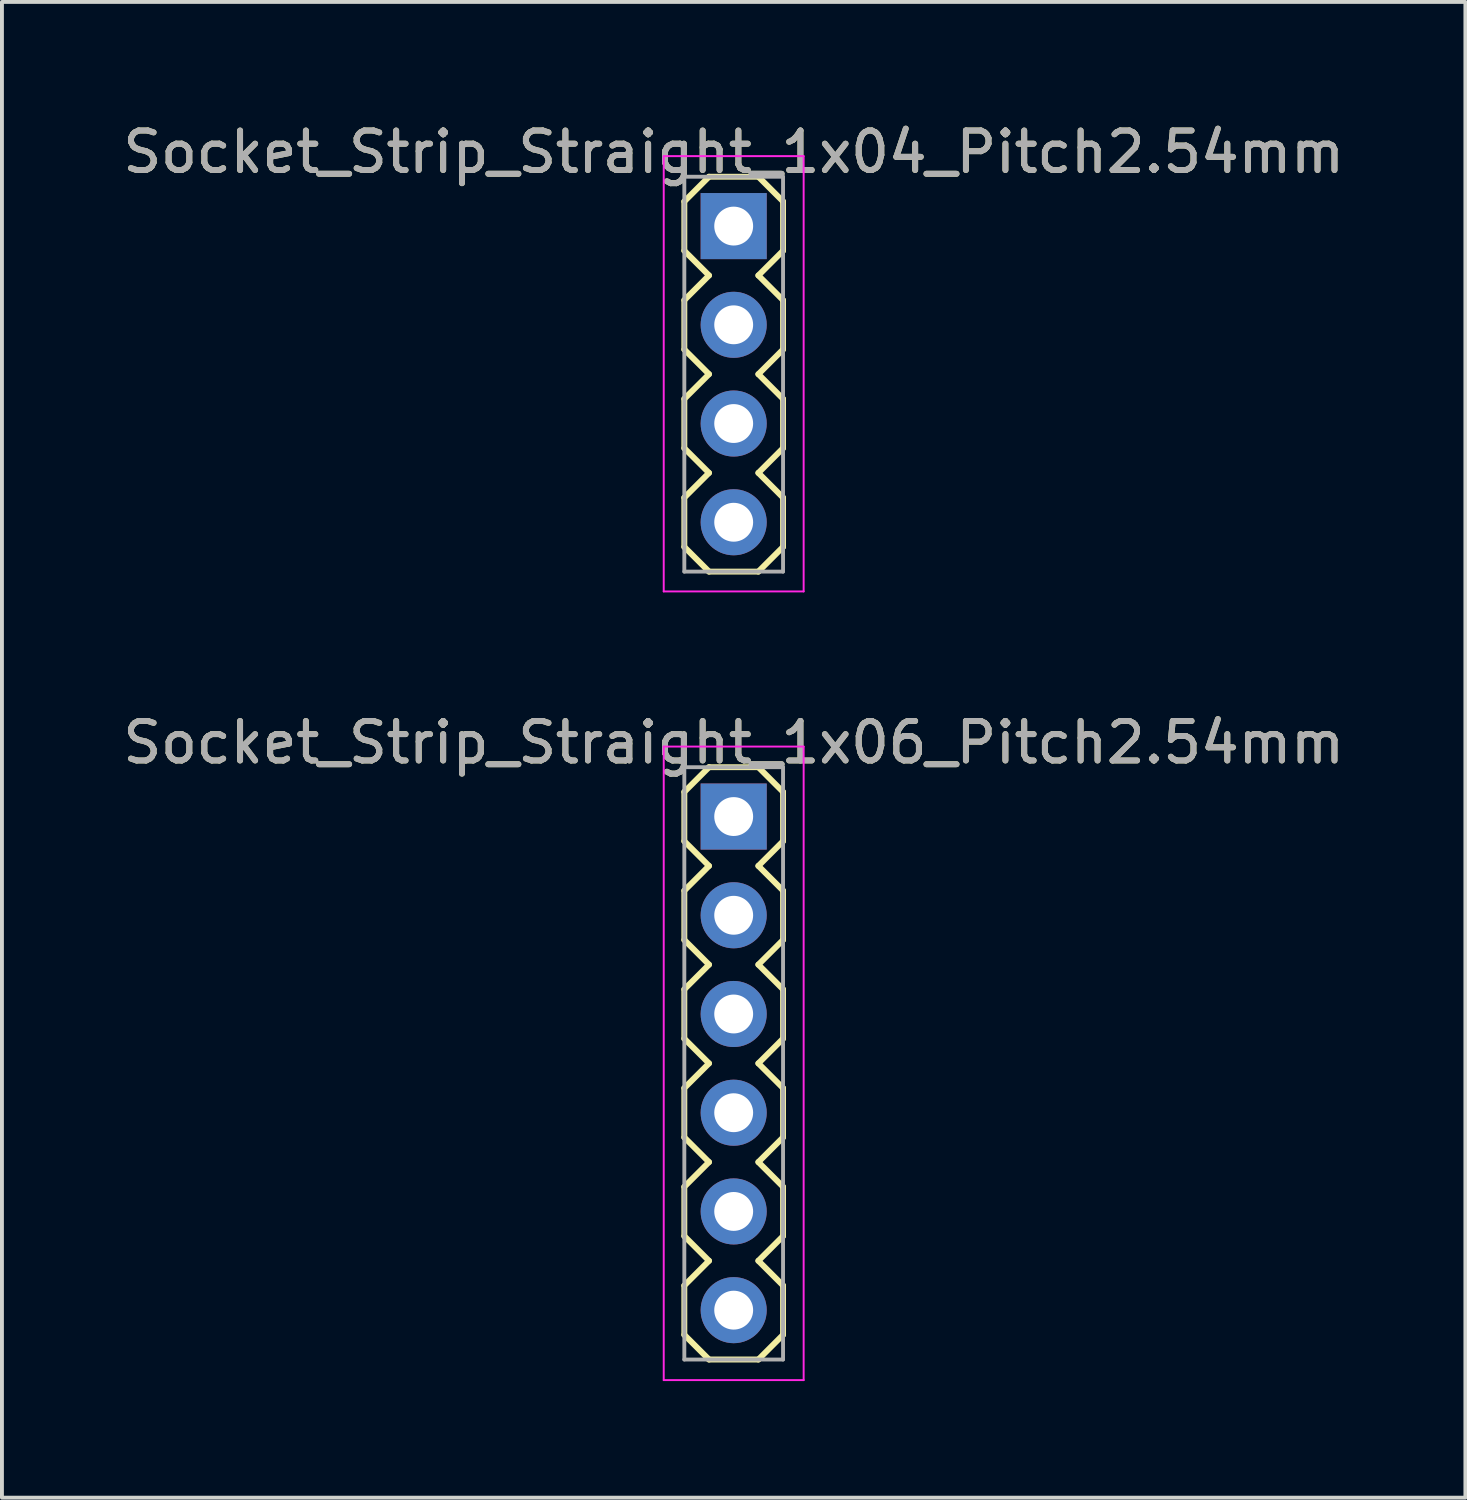
<source format=kicad_pcb>
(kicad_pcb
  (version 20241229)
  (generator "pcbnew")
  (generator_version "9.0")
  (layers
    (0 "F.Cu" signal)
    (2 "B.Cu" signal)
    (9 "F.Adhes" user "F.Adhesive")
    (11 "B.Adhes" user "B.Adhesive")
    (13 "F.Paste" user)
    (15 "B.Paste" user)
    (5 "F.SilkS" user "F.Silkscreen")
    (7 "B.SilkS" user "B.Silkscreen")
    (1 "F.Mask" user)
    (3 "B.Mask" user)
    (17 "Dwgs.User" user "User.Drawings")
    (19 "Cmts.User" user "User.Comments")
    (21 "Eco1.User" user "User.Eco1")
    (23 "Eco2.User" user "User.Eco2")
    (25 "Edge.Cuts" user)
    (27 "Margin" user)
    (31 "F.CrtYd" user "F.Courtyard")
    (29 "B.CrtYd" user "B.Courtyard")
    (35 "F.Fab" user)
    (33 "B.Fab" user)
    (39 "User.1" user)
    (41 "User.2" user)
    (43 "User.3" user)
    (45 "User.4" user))
  (footprint "Socket_Strip_Straight_1x04_Pitch2.54mm"
    (layer "F.Cu")
    (at 15.827 2.767)
    (property "Reference" "Socket_Strip_Straight_1x04_Pitch2.54mm" (at 0 -1.905 0) (layer "F.SilkS") (effects (font (size 1.016 1.016) (thickness 0.152))))
    (attr through_hole)
    (fp_line (start -1.27 -0.635) (end -1.27 0.635) (stroke (width 0.152) (type solid)) (layer "F.SilkS"))
    (fp_line (start -1.27 0.635) (end -0.635 1.27) (stroke (width 0.152) (type solid)) (layer "F.SilkS"))
    (fp_line (start -1.27 1.905) (end -1.27 3.175) (stroke (width 0.152) (type solid)) (layer "F.SilkS"))
    (fp_line (start -1.27 3.175) (end -0.635 3.81) (stroke (width 0.152) (type solid)) (layer "F.SilkS"))
    (fp_line (start -1.27 4.445) (end -1.27 5.715) (stroke (width 0.152) (type solid)) (layer "F.SilkS"))
    (fp_line (start -1.27 5.715) (end -0.635 6.35) (stroke (width 0.152) (type solid)) (layer "F.SilkS"))
    (fp_line (start -1.27 6.985) (end -1.27 8.255) (stroke (width 0.152) (type solid)) (layer "F.SilkS"))
    (fp_line (start -1.27 8.255) (end -0.635 8.89) (stroke (width 0.152) (type solid)) (layer "F.SilkS"))
    (fp_line (start -0.635 -1.27) (end -1.27 -0.635) (stroke (width 0.152) (type solid)) (layer "F.SilkS"))
    (fp_line (start -0.635 1.27) (end -1.27 1.905) (stroke (width 0.152) (type solid)) (layer "F.SilkS"))
    (fp_line (start -0.635 3.81) (end -1.27 4.445) (stroke (width 0.152) (type solid)) (layer "F.SilkS"))
    (fp_line (start -0.635 6.35) (end -1.27 6.985) (stroke (width 0.152) (type solid)) (layer "F.SilkS"))
    (fp_line (start -0.635 8.89) (end 0.635 8.89) (stroke (width 0.152) (type solid)) (layer "F.SilkS"))
    (fp_line (start 0.635 -1.27) (end -0.635 -1.27) (stroke (width 0.152) (type solid)) (layer "F.SilkS"))
    (fp_line (start 0.635 1.27) (end 1.27 0.635) (stroke (width 0.152) (type solid)) (layer "F.SilkS"))
    (fp_line (start 0.635 3.81) (end 1.27 3.175) (stroke (width 0.152) (type solid)) (layer "F.SilkS"))
    (fp_line (start 0.635 6.35) (end 1.27 5.715) (stroke (width 0.152) (type solid)) (layer "F.SilkS"))
    (fp_line (start 0.635 8.89) (end 1.27 8.255) (stroke (width 0.152) (type solid)) (layer "F.SilkS"))
    (fp_line (start 1.27 -0.635) (end 0.635 -1.27) (stroke (width 0.152) (type solid)) (layer "F.SilkS"))
    (fp_line (start 1.27 0.635) (end 1.27 -0.635) (stroke (width 0.152) (type solid)) (layer "F.SilkS"))
    (fp_line (start 1.27 1.905) (end 0.635 1.27) (stroke (width 0.152) (type solid)) (layer "F.SilkS"))
    (fp_line (start 1.27 3.175) (end 1.27 1.905) (stroke (width 0.152) (type solid)) (layer "F.SilkS"))
    (fp_line (start 1.27 4.445) (end 0.635 3.81) (stroke (width 0.152) (type solid)) (layer "F.SilkS"))
    (fp_line (start 1.27 5.715) (end 1.27 4.445) (stroke (width 0.152) (type solid)) (layer "F.SilkS"))
    (fp_line (start 1.27 6.985) (end 0.635 6.35) (stroke (width 0.152) (type solid)) (layer "F.SilkS"))
    (fp_line (start 1.27 8.255) (end 1.27 6.985) (stroke (width 0.152) (type solid)) (layer "F.SilkS"))
    (fp_line (start -1.8 -1.8) (end -1.8 9.4) (stroke (width 0.05) (type solid)) (layer "F.CrtYd"))
    (fp_line (start -1.8 9.4) (end 1.8 9.4) (stroke (width 0.05) (type solid)) (layer "F.CrtYd"))
    (fp_line (start 1.8 -1.8) (end -1.8 -1.8) (stroke (width 0.05) (type solid)) (layer "F.CrtYd"))
    (fp_line (start 1.8 9.4) (end 1.8 -1.8) (stroke (width 0.05) (type solid)) (layer "F.CrtYd"))
    (fp_line (start -1.27 -1.27) (end -1.27 8.89) (stroke (width 0.1) (type solid)) (layer "F.Fab"))
    (fp_line (start -1.27 8.89) (end 1.27 8.89) (stroke (width 0.1) (type solid)) (layer "F.Fab"))
    (fp_line (start 1.27 -1.27) (end -1.27 -1.27) (stroke (width 0.1) (type solid)) (layer "F.Fab"))
    (fp_line (start 1.27 8.89) (end 1.27 -1.27) (stroke (width 0.1) (type solid)) (layer "F.Fab"))
    (fp_text user "${REFERENCE}" (at 0 -1.905 0) (layer "F.Fab") (effects (font (size 1.016 1.016) (thickness 0.152))))
    (pad "1" thru_hole rect (at 0 0) (size 1.7 1.7) (drill 1) (layers "*.Cu" "*.Mask"))
    (pad "2" thru_hole oval (at 0 2.54) (size 1.7 1.7) (drill 1) (layers "*.Cu" "*.Mask"))
    (pad "3" thru_hole oval (at 0 5.08) (size 1.7 1.7) (drill 1) (layers "*.Cu" "*.Mask"))
    (pad "4" thru_hole oval (at 0 7.62) (size 1.7 1.7) (drill 1) (layers "*.Cu" "*.Mask")))
  (footprint "Socket_Strip_Straight_1x06_Pitch2.54mm"
    (layer "F.Cu")
    (at 15.827 17.959)
    (property "Reference" "Socket_Strip_Straight_1x06_Pitch2.54mm" (at 0 -1.905 0) (layer "F.SilkS") (effects (font (size 1.016 1.016) (thickness 0.152))))
    (attr through_hole)
    (fp_line (start -1.27 -0.635) (end -1.27 0.635) (stroke (width 0.152) (type solid)) (layer "F.SilkS"))
    (fp_line (start -1.27 0.635) (end -0.635 1.27) (stroke (width 0.152) (type solid)) (layer "F.SilkS"))
    (fp_line (start -1.27 1.905) (end -1.27 3.175) (stroke (width 0.152) (type solid)) (layer "F.SilkS"))
    (fp_line (start -1.27 3.175) (end -0.635 3.81) (stroke (width 0.152) (type solid)) (layer "F.SilkS"))
    (fp_line (start -1.27 4.445) (end -1.27 5.715) (stroke (width 0.152) (type solid)) (layer "F.SilkS"))
    (fp_line (start -1.27 5.715) (end -0.635 6.35) (stroke (width 0.152) (type solid)) (layer "F.SilkS"))
    (fp_line (start -1.27 6.985) (end -1.27 8.255) (stroke (width 0.152) (type solid)) (layer "F.SilkS"))
    (fp_line (start -1.27 8.255) (end -0.635 8.89) (stroke (width 0.152) (type solid)) (layer "F.SilkS"))
    (fp_line (start -1.27 9.525) (end -1.27 10.795) (stroke (width 0.152) (type solid)) (layer "F.SilkS"))
    (fp_line (start -1.27 10.795) (end -0.635 11.43) (stroke (width 0.152) (type solid)) (layer "F.SilkS"))
    (fp_line (start -1.27 12.065) (end -1.27 13.335) (stroke (width 0.152) (type solid)) (layer "F.SilkS"))
    (fp_line (start -1.27 13.335) (end -0.635 13.97) (stroke (width 0.152) (type solid)) (layer "F.SilkS"))
    (fp_line (start -0.635 -1.27) (end -1.27 -0.635) (stroke (width 0.152) (type solid)) (layer "F.SilkS"))
    (fp_line (start -0.635 1.27) (end -1.27 1.905) (stroke (width 0.152) (type solid)) (layer "F.SilkS"))
    (fp_line (start -0.635 3.81) (end -1.27 4.445) (stroke (width 0.152) (type solid)) (layer "F.SilkS"))
    (fp_line (start -0.635 6.35) (end -1.27 6.985) (stroke (width 0.152) (type solid)) (layer "F.SilkS"))
    (fp_line (start -0.635 8.89) (end -1.27 9.525) (stroke (width 0.152) (type solid)) (layer "F.SilkS"))
    (fp_line (start -0.635 11.43) (end -1.27 12.065) (stroke (width 0.152) (type solid)) (layer "F.SilkS"))
    (fp_line (start -0.635 13.97) (end 0.635 13.97) (stroke (width 0.152) (type solid)) (layer "F.SilkS"))
    (fp_line (start 0.635 -1.27) (end -0.635 -1.27) (stroke (width 0.152) (type solid)) (layer "F.SilkS"))
    (fp_line (start 0.635 1.27) (end 1.27 0.635) (stroke (width 0.152) (type solid)) (layer "F.SilkS"))
    (fp_line (start 0.635 3.81) (end 1.27 3.175) (stroke (width 0.152) (type solid)) (layer "F.SilkS"))
    (fp_line (start 0.635 6.35) (end 1.27 5.715) (stroke (width 0.152) (type solid)) (layer "F.SilkS"))
    (fp_line (start 0.635 8.89) (end 1.27 8.255) (stroke (width 0.152) (type solid)) (layer "F.SilkS"))
    (fp_line (start 0.635 11.43) (end 1.27 10.795) (stroke (width 0.152) (type solid)) (layer "F.SilkS"))
    (fp_line (start 0.635 13.97) (end 1.27 13.335) (stroke (width 0.152) (type solid)) (layer "F.SilkS"))
    (fp_line (start 1.27 -0.635) (end 0.635 -1.27) (stroke (width 0.152) (type solid)) (layer "F.SilkS"))
    (fp_line (start 1.27 0.635) (end 1.27 -0.635) (stroke (width 0.152) (type solid)) (layer "F.SilkS"))
    (fp_line (start 1.27 1.905) (end 0.635 1.27) (stroke (width 0.152) (type solid)) (layer "F.SilkS"))
    (fp_line (start 1.27 3.175) (end 1.27 1.905) (stroke (width 0.152) (type solid)) (layer "F.SilkS"))
    (fp_line (start 1.27 4.445) (end 0.635 3.81) (stroke (width 0.152) (type solid)) (layer "F.SilkS"))
    (fp_line (start 1.27 5.715) (end 1.27 4.445) (stroke (width 0.152) (type solid)) (layer "F.SilkS"))
    (fp_line (start 1.27 6.985) (end 0.635 6.35) (stroke (width 0.152) (type solid)) (layer "F.SilkS"))
    (fp_line (start 1.27 8.255) (end 1.27 6.985) (stroke (width 0.152) (type solid)) (layer "F.SilkS"))
    (fp_line (start 1.27 9.525) (end 0.635 8.89) (stroke (width 0.152) (type solid)) (layer "F.SilkS"))
    (fp_line (start 1.27 10.795) (end 1.27 9.525) (stroke (width 0.152) (type solid)) (layer "F.SilkS"))
    (fp_line (start 1.27 12.065) (end 0.635 11.43) (stroke (width 0.152) (type solid)) (layer "F.SilkS"))
    (fp_line (start 1.27 13.335) (end 1.27 12.065) (stroke (width 0.152) (type solid)) (layer "F.SilkS"))
    (fp_line (start -1.8 -1.8) (end -1.8 14.5) (stroke (width 0.05) (type solid)) (layer "F.CrtYd"))
    (fp_line (start -1.8 14.5) (end 1.8 14.5) (stroke (width 0.05) (type solid)) (layer "F.CrtYd"))
    (fp_line (start 1.8 -1.8) (end -1.8 -1.8) (stroke (width 0.05) (type solid)) (layer "F.CrtYd"))
    (fp_line (start 1.8 14.5) (end 1.8 -1.8) (stroke (width 0.05) (type solid)) (layer "F.CrtYd"))
    (fp_line (start -1.27 -1.27) (end -1.27 13.97) (stroke (width 0.1) (type solid)) (layer "F.Fab"))
    (fp_line (start -1.27 13.97) (end 1.27 13.97) (stroke (width 0.1) (type solid)) (layer "F.Fab"))
    (fp_line (start 1.27 -1.27) (end -1.27 -1.27) (stroke (width 0.1) (type solid)) (layer "F.Fab"))
    (fp_line (start 1.27 13.97) (end 1.27 -1.27) (stroke (width 0.1) (type solid)) (layer "F.Fab"))
    (fp_text user "${REFERENCE}" (at 0 -1.905 0) (layer "F.Fab") (effects (font (size 1.016 1.016) (thickness 0.152))))
    (pad "1" thru_hole rect (at 0 0) (size 1.7 1.7) (drill 1) (layers "*.Cu" "*.Mask"))
    (pad "2" thru_hole oval (at 0 2.54) (size 1.7 1.7) (drill 1) (layers "*.Cu" "*.Mask"))
    (pad "3" thru_hole oval (at 0 5.08) (size 1.7 1.7) (drill 1) (layers "*.Cu" "*.Mask"))
    (pad "4" thru_hole oval (at 0 7.62) (size 1.7 1.7) (drill 1) (layers "*.Cu" "*.Mask"))
    (pad "5" thru_hole oval (at 0 10.16) (size 1.7 1.7) (drill 1) (layers "*.Cu" "*.Mask"))
    (pad "6" thru_hole oval (at 0 12.7) (size 1.7 1.7) (drill 1) (layers "*.Cu" "*.Mask")))
  (gr_rect
    (start -3 -3)
    (end 34.653 35.484)
    (stroke (width 0.1) (type default))
    (fill no)
    (layer "Edge.Cuts")))
</source>
